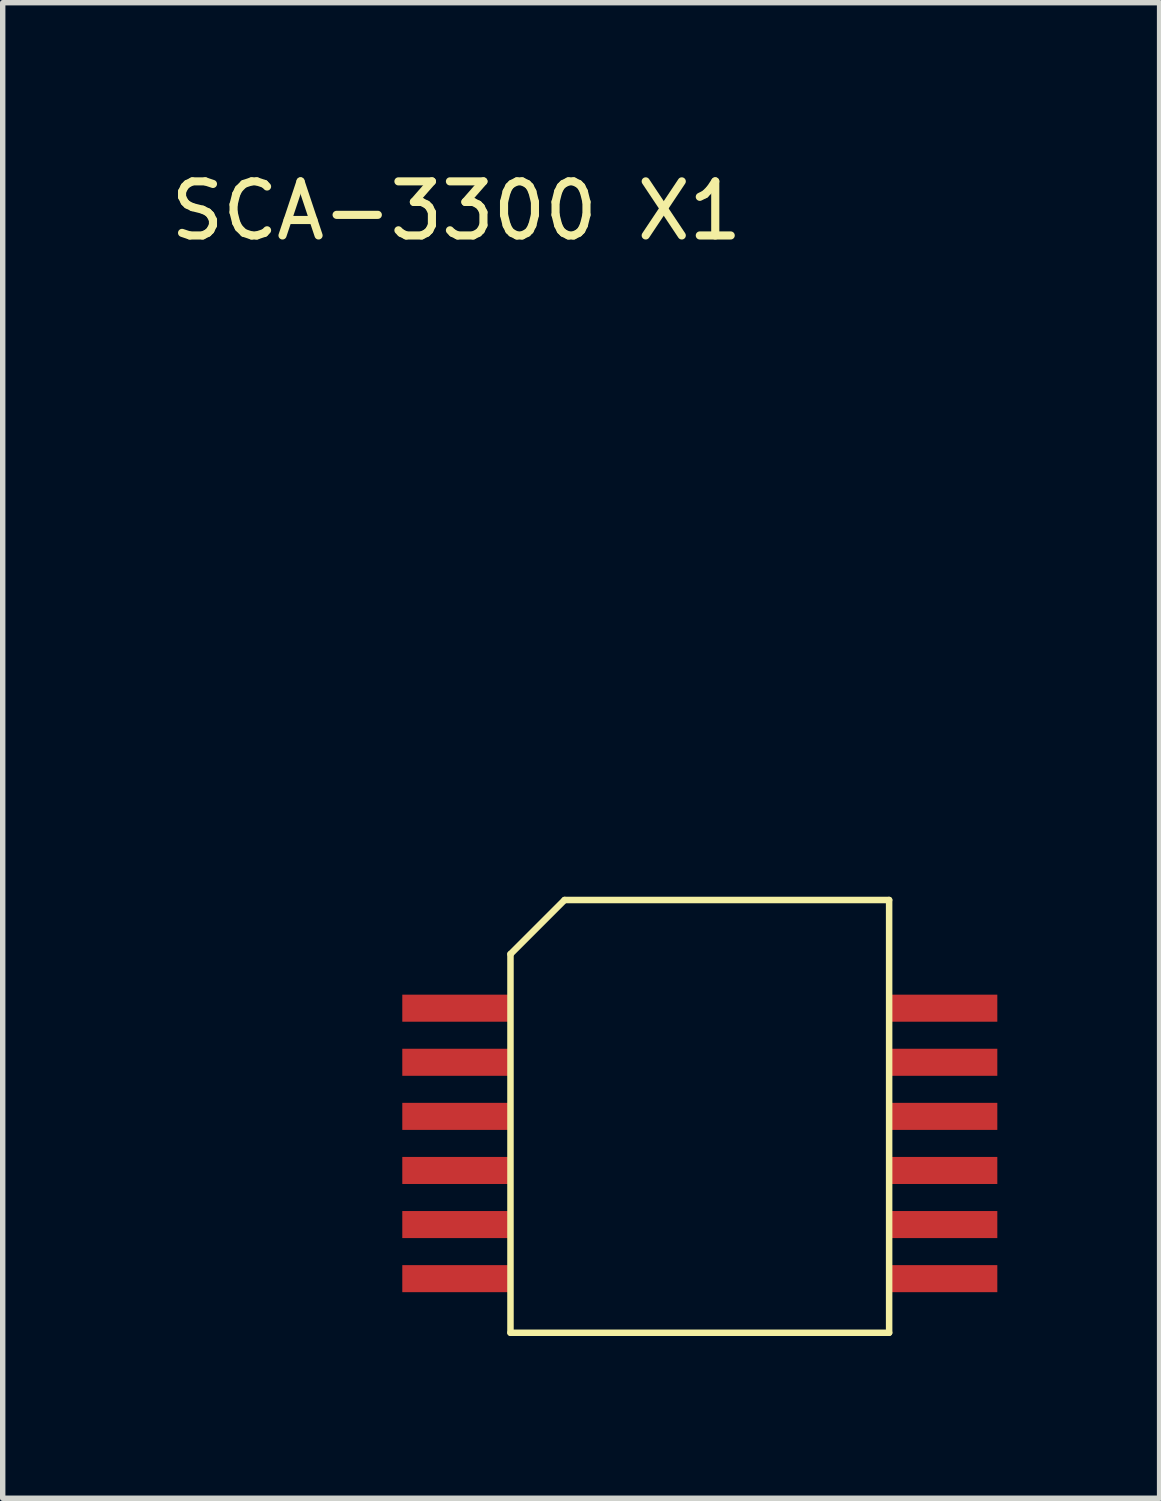
<source format=kicad_pcb>
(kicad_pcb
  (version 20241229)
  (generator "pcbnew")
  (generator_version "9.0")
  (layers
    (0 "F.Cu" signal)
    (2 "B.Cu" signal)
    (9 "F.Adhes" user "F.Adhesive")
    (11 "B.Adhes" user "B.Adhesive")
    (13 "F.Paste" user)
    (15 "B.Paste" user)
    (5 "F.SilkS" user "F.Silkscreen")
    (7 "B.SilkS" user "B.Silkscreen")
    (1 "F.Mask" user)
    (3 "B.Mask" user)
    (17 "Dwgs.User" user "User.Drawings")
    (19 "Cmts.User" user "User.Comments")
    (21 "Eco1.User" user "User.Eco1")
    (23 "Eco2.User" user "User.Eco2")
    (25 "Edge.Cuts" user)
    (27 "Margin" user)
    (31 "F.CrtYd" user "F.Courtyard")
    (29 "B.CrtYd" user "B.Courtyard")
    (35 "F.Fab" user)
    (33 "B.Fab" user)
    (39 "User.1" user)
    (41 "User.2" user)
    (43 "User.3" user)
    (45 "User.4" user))
  (footprint "SCA-3300 X1"
    (layer "F.Cu")
    (at 5.387 15.588)
    (property "Reference" "SCA-3300 X1" (at 0 -14.74 0) (layer "F.SilkS") (effects (font (size 1 1) (thickness 0.15))))
    (attr through_hole)
    (fp_line (start 1 -1) (end 2 -2) (stroke (width 0.12) (type solid)) (layer "F.SilkS"))
    (fp_line (start 1 6) (end 1 -1) (stroke (width 0.12) (type solid)) (layer "F.SilkS"))
    (fp_line (start 2 -2) (end 8 -2) (stroke (width 0.12) (type solid)) (layer "F.SilkS"))
    (fp_line (start 8 -2) (end 8 6) (stroke (width 0.12) (type solid)) (layer "F.SilkS"))
    (fp_line (start 8 6) (end 1 6) (stroke (width 0.12) (type solid)) (layer "F.SilkS"))
    (pad "1" smd rect (at 0 0 90) (size 0.5 2) (layers "F.Cu" "F.Mask" "F.Paste"))
    (pad "2" smd rect (at 0 1 90) (size 0.5 2) (layers "F.Cu" "F.Mask" "F.Paste"))
    (pad "3" smd rect (at 0 2 90) (size 0.5 2) (layers "F.Cu" "F.Mask" "F.Paste"))
    (pad "4" smd rect (at 0 3 90) (size 0.5 2) (layers "F.Cu" "F.Mask" "F.Paste"))
    (pad "5" smd rect (at 0 4 90) (size 0.5 2) (layers "F.Cu" "F.Mask" "F.Paste"))
    (pad "6" smd rect (at 0 5 90) (size 0.5 2) (layers "F.Cu" "F.Mask" "F.Paste"))
    (pad "7" smd rect (at 9 5 90) (size 0.5 2) (layers "F.Cu" "F.Mask" "F.Paste"))
    (pad "8" smd rect (at 9 4 90) (size 0.5 2) (layers "F.Cu" "F.Mask" "F.Paste"))
    (pad "9" smd rect (at 9 3 90) (size 0.5 2) (layers "F.Cu" "F.Mask" "F.Paste"))
    (pad "10" smd rect (at 9 2 90) (size 0.5 2) (layers "F.Cu" "F.Mask" "F.Paste"))
    (pad "11" smd rect (at 9 1 90) (size 0.5 2) (layers "F.Cu" "F.Mask" "F.Paste"))
    (pad "12" smd rect (at 9 0 90) (size 0.5 2) (layers "F.Cu" "F.Mask" "F.Paste")))
  (gr_rect
    (start -3 -3)
    (end 18.387 24.648)
    (stroke (width 0.1) (type default))
    (fill no)
    (layer "Edge.Cuts")))
</source>
